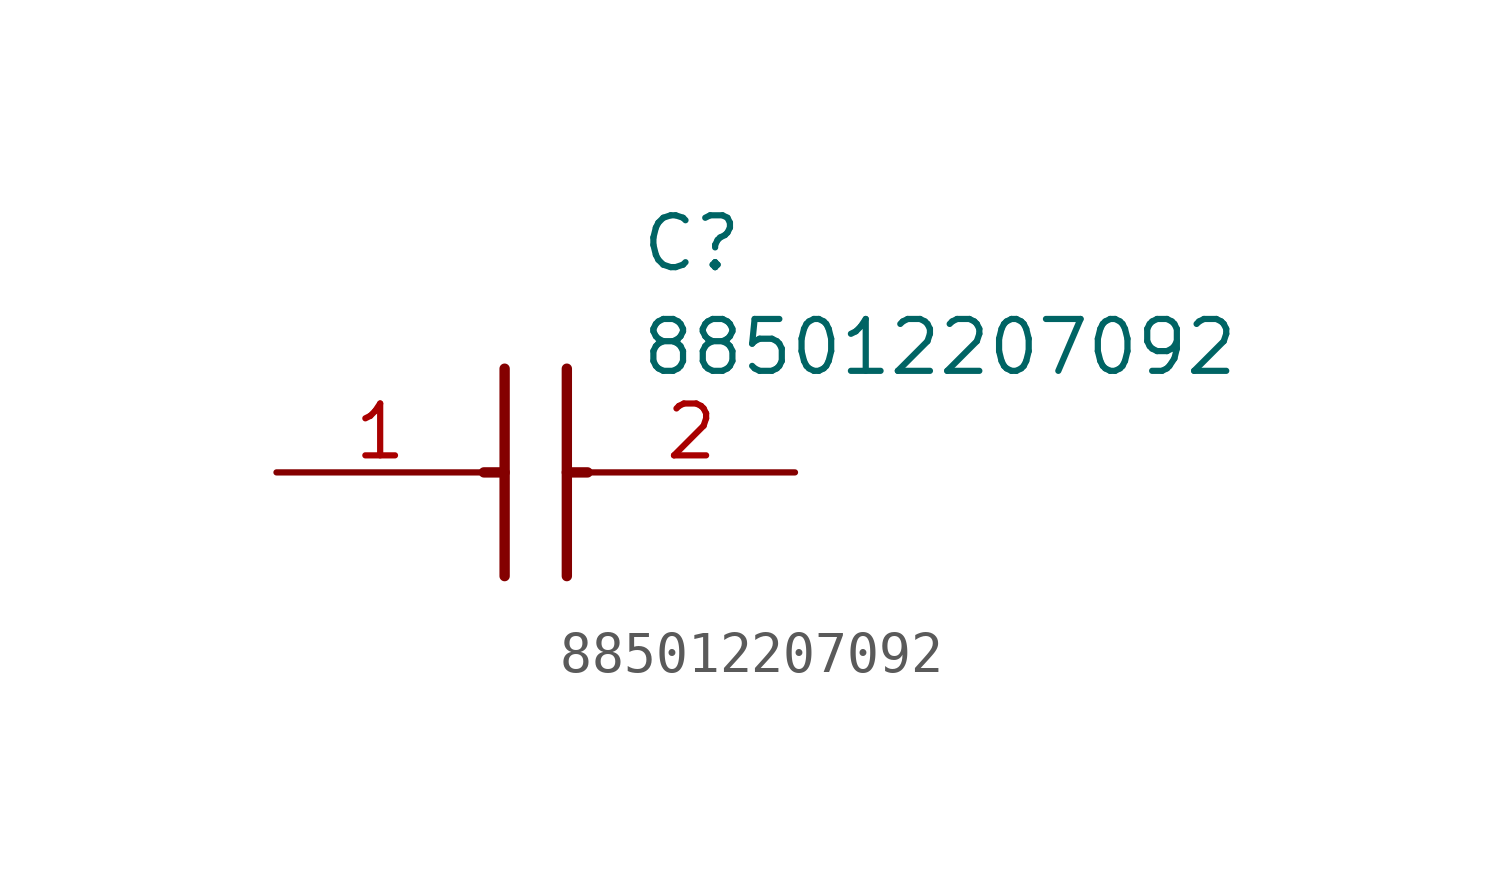
<source format=kicad_sym>
(kicad_symbol_lib
  (version 20211014)
  (generator SamacSys_ECAD_Model)
  (symbol "885012207092"
    (pin_names hide)
    (property "Reference" "C"
      (at 8.89 6.35 0)
      (effects (font (size 1.27 1.27)) (justify left top)))
    (property "Value" "885012207092"
      (at 8.89 3.81 0)
      (effects (font (size 1.27 1.27)) (justify left top)))
    (polyline
      (pts (xy 5.588 2.54) (xy 5.588 -2.54))
      (stroke (width 0.254) (type default))
      (fill (type none)))
    (polyline
      (pts (xy 7.112 2.54) (xy 7.112 -2.54))
      (stroke (width 0.254) (type default))
      (fill (type none)))
    (polyline
      (pts (xy 5.08 0) (xy 5.588 0))
      (stroke (width 0.254) (type default))
      (fill (type none)))
    (polyline
      (pts (xy 7.112 0) (xy 7.62 0))
      (stroke (width 0.254) (type default))
      (fill (type none)))
    (pin passive line
      (at 0 0 0)
      (length 5.08)
      (name "1" (effects (font (size 1.27 1.27))))
      (number "1" (effects (font (size 1.27 1.27)))))
    (pin passive line
      (at 12.7 0 180)
      (length 5.08)
      (name "2" (effects (font (size 1.27 1.27))))
      (number "2" (effects (font (size 1.27 1.27)))))))
</source>
